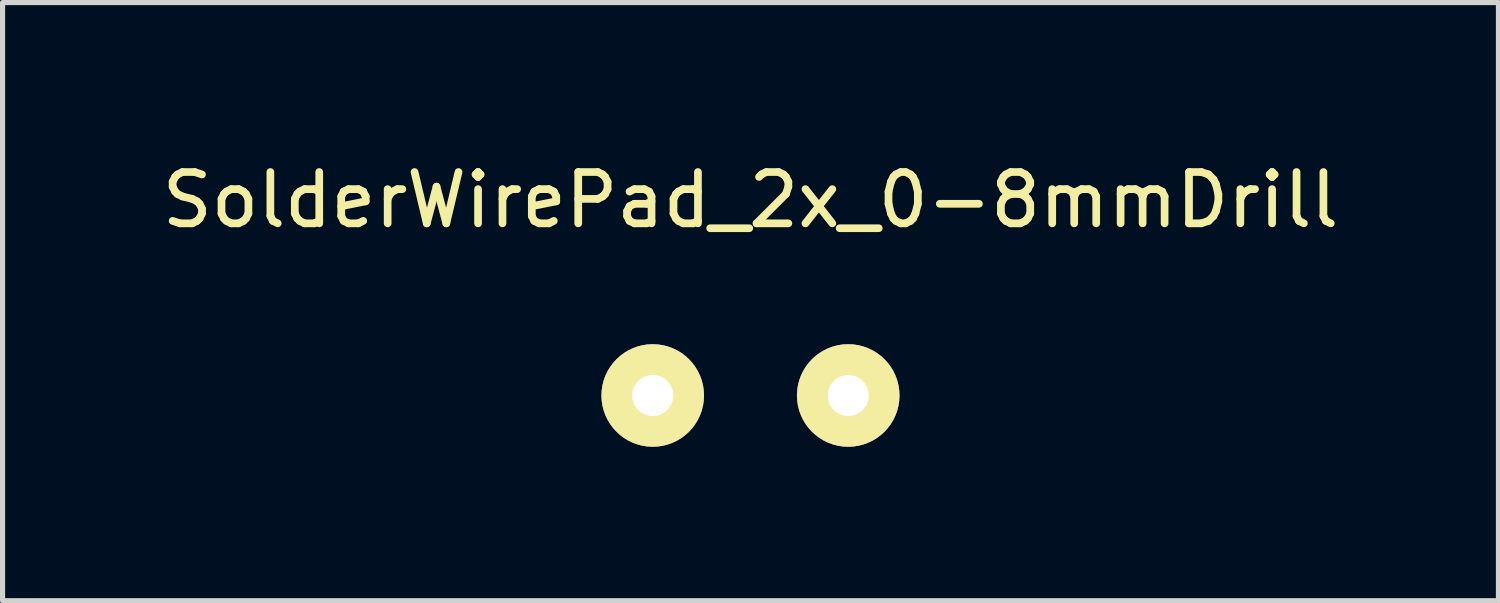
<source format=kicad_pcb>
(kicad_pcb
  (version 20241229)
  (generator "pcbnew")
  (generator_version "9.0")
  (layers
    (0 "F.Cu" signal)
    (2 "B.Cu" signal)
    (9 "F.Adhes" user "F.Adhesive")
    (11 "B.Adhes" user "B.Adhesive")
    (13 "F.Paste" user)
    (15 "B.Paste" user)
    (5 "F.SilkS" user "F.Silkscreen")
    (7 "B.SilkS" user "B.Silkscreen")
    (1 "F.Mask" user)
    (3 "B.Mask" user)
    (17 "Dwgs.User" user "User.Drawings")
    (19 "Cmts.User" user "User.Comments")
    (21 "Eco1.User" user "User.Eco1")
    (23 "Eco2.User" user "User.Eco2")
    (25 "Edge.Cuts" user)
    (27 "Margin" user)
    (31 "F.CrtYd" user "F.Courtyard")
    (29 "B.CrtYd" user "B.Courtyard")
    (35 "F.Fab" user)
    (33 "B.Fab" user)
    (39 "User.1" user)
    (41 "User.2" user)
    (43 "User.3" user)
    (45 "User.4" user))
  (footprint "SolderWirePad_2x_0-8mmDrill"
    (layer "F.Cu")
    (at 11.577 4.658)
    (property "Reference" "SolderWirePad_2x_0-8mmDrill" (at 0 -3.81 0) (layer "F.SilkS") (effects (font (size 1 1) (thickness 0.15))))
    (attr through_hole)
    (pad "1" thru_hole circle (at -1.905 0) (size 1.999 1.999) (drill 0.8) (layers "*.Cu" "*.Mask" "F.SilkS"))
    (pad "2" thru_hole circle (at 1.905 0) (size 1.999 1.999) (drill 0.8) (layers "*.Cu" "*.Mask" "F.SilkS")))
  (gr_rect
    (start -3 -3)
    (end 26.155 8.658)
    (stroke (width 0.1) (type default))
    (fill no)
    (layer "Edge.Cuts")))
</source>
